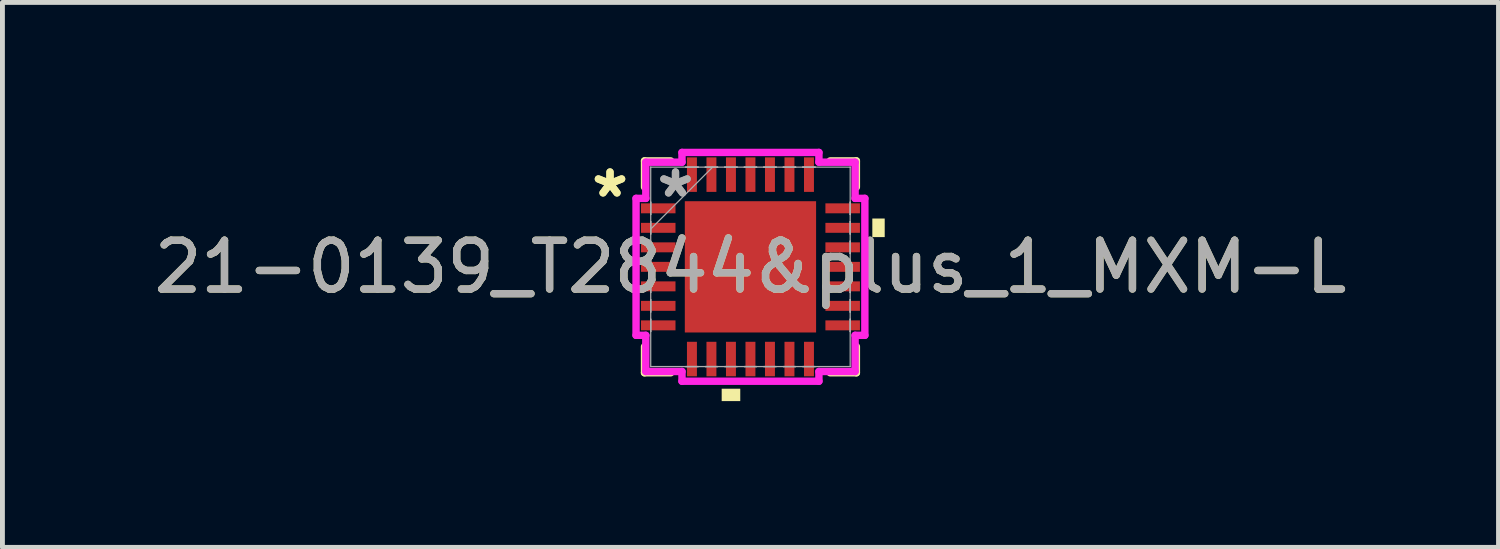
<source format=kicad_pcb>
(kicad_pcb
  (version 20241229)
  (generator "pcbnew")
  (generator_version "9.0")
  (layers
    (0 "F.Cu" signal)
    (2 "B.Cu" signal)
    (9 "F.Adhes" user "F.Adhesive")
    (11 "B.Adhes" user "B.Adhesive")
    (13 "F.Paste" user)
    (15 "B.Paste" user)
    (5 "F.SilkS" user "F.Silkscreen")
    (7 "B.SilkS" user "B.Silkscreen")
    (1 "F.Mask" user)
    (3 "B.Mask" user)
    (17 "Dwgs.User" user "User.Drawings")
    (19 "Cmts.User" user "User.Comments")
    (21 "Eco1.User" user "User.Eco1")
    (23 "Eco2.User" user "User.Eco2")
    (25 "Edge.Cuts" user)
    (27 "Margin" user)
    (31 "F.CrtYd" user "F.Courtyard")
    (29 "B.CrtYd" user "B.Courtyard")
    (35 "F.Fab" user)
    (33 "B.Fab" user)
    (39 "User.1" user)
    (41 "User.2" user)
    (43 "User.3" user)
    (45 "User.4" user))
  (footprint "21-0139_T2844&plus_1_MXM-L"
    (layer "F.Cu")
    (at 12.339 2.422)
    (property "Reference" "21-0139_T2844&plus_1_MXM-L" (at 0 0 0) (unlocked yes) (layer "F.SilkS") (effects (font (size 1 1) (thickness 0.15))))
    (attr smd)
    (fp_line (start -2.172 -2.172) (end -2.172 -1.635) (stroke (width 0.152) (type solid)) (layer "F.SilkS"))
    (fp_line (start -2.172 1.635) (end -2.172 2.172) (stroke (width 0.152) (type solid)) (layer "F.SilkS"))
    (fp_line (start -2.172 2.172) (end -1.635 2.172) (stroke (width 0.152) (type solid)) (layer "F.SilkS"))
    (fp_line (start -1.635 -2.172) (end -2.172 -2.172) (stroke (width 0.152) (type solid)) (layer "F.SilkS"))
    (fp_line (start 1.635 2.172) (end 2.172 2.172) (stroke (width 0.152) (type solid)) (layer "F.SilkS"))
    (fp_line (start 2.172 -2.172) (end 1.635 -2.172) (stroke (width 0.152) (type solid)) (layer "F.SilkS"))
    (fp_line (start 2.172 -1.635) (end 2.172 -2.172) (stroke (width 0.152) (type solid)) (layer "F.SilkS"))
    (fp_line (start 2.172 2.172) (end 2.172 1.635) (stroke (width 0.152) (type solid)) (layer "F.SilkS"))
    (fp_poly (pts (xy -0.59 2.499) (xy -0.59 2.753) (xy -0.209 2.753) (xy -0.209 2.499)) (stroke (width 0) (type solid)) (fill yes) (layer "F.SilkS"))
    (fp_poly (pts (xy 2.753 -0.991) (xy 2.753 -0.61) (xy 2.499 -0.61) (xy 2.499 -0.991)) (stroke (width 0) (type solid)) (fill yes) (layer "F.SilkS"))
    (fp_poly (pts (xy -1.246 -1.246) (xy -1.246 -0.1) (xy -0.1 -0.1) (xy -0.1 -1.246)) (stroke (width 0) (type solid)) (fill yes) (layer "F.Paste"))
    (fp_poly (pts (xy -1.246 0.1) (xy -1.246 1.246) (xy -0.1 1.246) (xy -0.1 0.1)) (stroke (width 0) (type solid)) (fill yes) (layer "F.Paste"))
    (fp_poly (pts (xy 0.1 -1.246) (xy 0.1 -0.1) (xy 1.246 -0.1) (xy 1.246 -1.246)) (stroke (width 0) (type solid)) (fill yes) (layer "F.Paste"))
    (fp_poly (pts (xy 0.1 0.1) (xy 0.1 1.246) (xy 1.246 1.246) (xy 1.246 0.1)) (stroke (width 0) (type solid)) (fill yes) (layer "F.Paste"))
    (fp_line (start -2.346 -1.404) (end -2.146 -1.404) (stroke (width 0.152) (type solid)) (layer "F.CrtYd"))
    (fp_line (start -2.346 1.404) (end -2.346 -1.404) (stroke (width 0.152) (type solid)) (layer "F.CrtYd"))
    (fp_line (start -2.146 -2.146) (end -1.404 -2.146) (stroke (width 0.152) (type solid)) (layer "F.CrtYd"))
    (fp_line (start -2.146 -1.404) (end -2.146 -2.146) (stroke (width 0.152) (type solid)) (layer "F.CrtYd"))
    (fp_line (start -2.146 1.404) (end -2.346 1.404) (stroke (width 0.152) (type solid)) (layer "F.CrtYd"))
    (fp_line (start -2.146 2.146) (end -2.146 1.404) (stroke (width 0.152) (type solid)) (layer "F.CrtYd"))
    (fp_line (start -1.404 -2.346) (end 1.404 -2.346) (stroke (width 0.152) (type solid)) (layer "F.CrtYd"))
    (fp_line (start -1.404 -2.146) (end -1.404 -2.346) (stroke (width 0.152) (type solid)) (layer "F.CrtYd"))
    (fp_line (start -1.404 2.146) (end -2.146 2.146) (stroke (width 0.152) (type solid)) (layer "F.CrtYd"))
    (fp_line (start -1.404 2.346) (end -1.404 2.146) (stroke (width 0.152) (type solid)) (layer "F.CrtYd"))
    (fp_line (start 1.404 -2.346) (end 1.404 -2.146) (stroke (width 0.152) (type solid)) (layer "F.CrtYd"))
    (fp_line (start 1.404 -2.146) (end 2.146 -2.146) (stroke (width 0.152) (type solid)) (layer "F.CrtYd"))
    (fp_line (start 1.404 2.146) (end 1.404 2.346) (stroke (width 0.152) (type solid)) (layer "F.CrtYd"))
    (fp_line (start 1.404 2.346) (end -1.404 2.346) (stroke (width 0.152) (type solid)) (layer "F.CrtYd"))
    (fp_line (start 2.146 -2.146) (end 2.146 -1.404) (stroke (width 0.152) (type solid)) (layer "F.CrtYd"))
    (fp_line (start 2.146 -1.404) (end 2.346 -1.404) (stroke (width 0.152) (type solid)) (layer "F.CrtYd"))
    (fp_line (start 2.146 1.404) (end 2.146 2.146) (stroke (width 0.152) (type solid)) (layer "F.CrtYd"))
    (fp_line (start 2.146 2.146) (end 1.404 2.146) (stroke (width 0.152) (type solid)) (layer "F.CrtYd"))
    (fp_line (start 2.346 -1.404) (end 2.346 1.404) (stroke (width 0.152) (type solid)) (layer "F.CrtYd"))
    (fp_line (start 2.346 1.404) (end 2.146 1.404) (stroke (width 0.152) (type solid)) (layer "F.CrtYd"))
    (fp_line (start -2.045 -2.045) (end -2.045 -2.045) (stroke (width 0.025) (type solid)) (layer "F.Fab"))
    (fp_line (start -2.045 -2.045) (end -2.045 2.045) (stroke (width 0.025) (type solid)) (layer "F.Fab"))
    (fp_line (start -2.045 -1.327) (end -2.045 -1.327) (stroke (width 0.025) (type solid)) (layer "F.Fab"))
    (fp_line (start -2.045 -1.327) (end -2.045 -1.073) (stroke (width 0.025) (type solid)) (layer "F.Fab"))
    (fp_line (start -2.045 -1.073) (end -2.045 -1.327) (stroke (width 0.025) (type solid)) (layer "F.Fab"))
    (fp_line (start -2.045 -1.073) (end -2.045 -1.073) (stroke (width 0.025) (type solid)) (layer "F.Fab"))
    (fp_line (start -2.045 -0.927) (end -2.045 -0.927) (stroke (width 0.025) (type solid)) (layer "F.Fab"))
    (fp_line (start -2.045 -0.927) (end -2.045 -0.673) (stroke (width 0.025) (type solid)) (layer "F.Fab"))
    (fp_line (start -2.045 -0.775) (end -0.775 -2.045) (stroke (width 0.025) (type solid)) (layer "F.Fab"))
    (fp_line (start -2.045 -0.673) (end -2.045 -0.927) (stroke (width 0.025) (type solid)) (layer "F.Fab"))
    (fp_line (start -2.045 -0.673) (end -2.045 -0.673) (stroke (width 0.025) (type solid)) (layer "F.Fab"))
    (fp_line (start -2.045 -0.527) (end -2.045 -0.527) (stroke (width 0.025) (type solid)) (layer "F.Fab"))
    (fp_line (start -2.045 -0.527) (end -2.045 -0.273) (stroke (width 0.025) (type solid)) (layer "F.Fab"))
    (fp_line (start -2.045 -0.273) (end -2.045 -0.527) (stroke (width 0.025) (type solid)) (layer "F.Fab"))
    (fp_line (start -2.045 -0.273) (end -2.045 -0.273) (stroke (width 0.025) (type solid)) (layer "F.Fab"))
    (fp_line (start -2.045 -0.127) (end -2.045 -0.127) (stroke (width 0.025) (type solid)) (layer "F.Fab"))
    (fp_line (start -2.045 -0.127) (end -2.045 0.127) (stroke (width 0.025) (type solid)) (layer "F.Fab"))
    (fp_line (start -2.045 0.127) (end -2.045 -0.127) (stroke (width 0.025) (type solid)) (layer "F.Fab"))
    (fp_line (start -2.045 0.127) (end -2.045 0.127) (stroke (width 0.025) (type solid)) (layer "F.Fab"))
    (fp_line (start -2.045 0.273) (end -2.045 0.273) (stroke (width 0.025) (type solid)) (layer "F.Fab"))
    (fp_line (start -2.045 0.273) (end -2.045 0.527) (stroke (width 0.025) (type solid)) (layer "F.Fab"))
    (fp_line (start -2.045 0.527) (end -2.045 0.273) (stroke (width 0.025) (type solid)) (layer "F.Fab"))
    (fp_line (start -2.045 0.527) (end -2.045 0.527) (stroke (width 0.025) (type solid)) (layer "F.Fab"))
    (fp_line (start -2.045 0.673) (end -2.045 0.673) (stroke (width 0.025) (type solid)) (layer "F.Fab"))
    (fp_line (start -2.045 0.673) (end -2.045 0.927) (stroke (width 0.025) (type solid)) (layer "F.Fab"))
    (fp_line (start -2.045 0.927) (end -2.045 0.673) (stroke (width 0.025) (type solid)) (layer "F.Fab"))
    (fp_line (start -2.045 0.927) (end -2.045 0.927) (stroke (width 0.025) (type solid)) (layer "F.Fab"))
    (fp_line (start -2.045 1.073) (end -2.045 1.073) (stroke (width 0.025) (type solid)) (layer "F.Fab"))
    (fp_line (start -2.045 1.073) (end -2.045 1.327) (stroke (width 0.025) (type solid)) (layer "F.Fab"))
    (fp_line (start -2.045 1.327) (end -2.045 1.073) (stroke (width 0.025) (type solid)) (layer "F.Fab"))
    (fp_line (start -2.045 1.327) (end -2.045 1.327) (stroke (width 0.025) (type solid)) (layer "F.Fab"))
    (fp_line (start -2.045 2.045) (end -2.045 2.045) (stroke (width 0.025) (type solid)) (layer "F.Fab"))
    (fp_line (start -2.045 2.045) (end 2.045 2.045) (stroke (width 0.025) (type solid)) (layer "F.Fab"))
    (fp_line (start -1.327 -2.045) (end -1.327 -2.045) (stroke (width 0.025) (type solid)) (layer "F.Fab"))
    (fp_line (start -1.327 -2.045) (end -1.073 -2.045) (stroke (width 0.025) (type solid)) (layer "F.Fab"))
    (fp_line (start -1.327 2.045) (end -1.327 2.045) (stroke (width 0.025) (type solid)) (layer "F.Fab"))
    (fp_line (start -1.327 2.045) (end -1.073 2.045) (stroke (width 0.025) (type solid)) (layer "F.Fab"))
    (fp_line (start -1.073 -2.045) (end -1.327 -2.045) (stroke (width 0.025) (type solid)) (layer "F.Fab"))
    (fp_line (start -1.073 -2.045) (end -1.073 -2.045) (stroke (width 0.025) (type solid)) (layer "F.Fab"))
    (fp_line (start -1.073 2.045) (end -1.327 2.045) (stroke (width 0.025) (type solid)) (layer "F.Fab"))
    (fp_line (start -1.073 2.045) (end -1.073 2.045) (stroke (width 0.025) (type solid)) (layer "F.Fab"))
    (fp_line (start -0.927 -2.045) (end -0.927 -2.045) (stroke (width 0.025) (type solid)) (layer "F.Fab"))
    (fp_line (start -0.927 -2.045) (end -0.673 -2.045) (stroke (width 0.025) (type solid)) (layer "F.Fab"))
    (fp_line (start -0.927 2.045) (end -0.927 2.045) (stroke (width 0.025) (type solid)) (layer "F.Fab"))
    (fp_line (start -0.927 2.045) (end -0.673 2.045) (stroke (width 0.025) (type solid)) (layer "F.Fab"))
    (fp_line (start -0.673 -2.045) (end -0.927 -2.045) (stroke (width 0.025) (type solid)) (layer "F.Fab"))
    (fp_line (start -0.673 -2.045) (end -0.673 -2.045) (stroke (width 0.025) (type solid)) (layer "F.Fab"))
    (fp_line (start -0.673 2.045) (end -0.927 2.045) (stroke (width 0.025) (type solid)) (layer "F.Fab"))
    (fp_line (start -0.673 2.045) (end -0.673 2.045) (stroke (width 0.025) (type solid)) (layer "F.Fab"))
    (fp_line (start -0.527 -2.045) (end -0.527 -2.045) (stroke (width 0.025) (type solid)) (layer "F.Fab"))
    (fp_line (start -0.527 -2.045) (end -0.273 -2.045) (stroke (width 0.025) (type solid)) (layer "F.Fab"))
    (fp_line (start -0.527 2.045) (end -0.527 2.045) (stroke (width 0.025) (type solid)) (layer "F.Fab"))
    (fp_line (start -0.527 2.045) (end -0.273 2.045) (stroke (width 0.025) (type solid)) (layer "F.Fab"))
    (fp_line (start -0.273 -2.045) (end -0.527 -2.045) (stroke (width 0.025) (type solid)) (layer "F.Fab"))
    (fp_line (start -0.273 -2.045) (end -0.273 -2.045) (stroke (width 0.025) (type solid)) (layer "F.Fab"))
    (fp_line (start -0.273 2.045) (end -0.527 2.045) (stroke (width 0.025) (type solid)) (layer "F.Fab"))
    (fp_line (start -0.273 2.045) (end -0.273 2.045) (stroke (width 0.025) (type solid)) (layer "F.Fab"))
    (fp_line (start -0.127 -2.045) (end -0.127 -2.045) (stroke (width 0.025) (type solid)) (layer "F.Fab"))
    (fp_line (start -0.127 -2.045) (end 0.127 -2.045) (stroke (width 0.025) (type solid)) (layer "F.Fab"))
    (fp_line (start -0.127 2.045) (end -0.127 2.045) (stroke (width 0.025) (type solid)) (layer "F.Fab"))
    (fp_line (start -0.127 2.045) (end 0.127 2.045) (stroke (width 0.025) (type solid)) (layer "F.Fab"))
    (fp_line (start 0.127 -2.045) (end -0.127 -2.045) (stroke (width 0.025) (type solid)) (layer "F.Fab"))
    (fp_line (start 0.127 -2.045) (end 0.127 -2.045) (stroke (width 0.025) (type solid)) (layer "F.Fab"))
    (fp_line (start 0.127 2.045) (end -0.127 2.045) (stroke (width 0.025) (type solid)) (layer "F.Fab"))
    (fp_line (start 0.127 2.045) (end 0.127 2.045) (stroke (width 0.025) (type solid)) (layer "F.Fab"))
    (fp_line (start 0.273 -2.045) (end 0.273 -2.045) (stroke (width 0.025) (type solid)) (layer "F.Fab"))
    (fp_line (start 0.273 -2.045) (end 0.527 -2.045) (stroke (width 0.025) (type solid)) (layer "F.Fab"))
    (fp_line (start 0.273 2.045) (end 0.273 2.045) (stroke (width 0.025) (type solid)) (layer "F.Fab"))
    (fp_line (start 0.273 2.045) (end 0.527 2.045) (stroke (width 0.025) (type solid)) (layer "F.Fab"))
    (fp_line (start 0.527 -2.045) (end 0.273 -2.045) (stroke (width 0.025) (type solid)) (layer "F.Fab"))
    (fp_line (start 0.527 -2.045) (end 0.527 -2.045) (stroke (width 0.025) (type solid)) (layer "F.Fab"))
    (fp_line (start 0.527 2.045) (end 0.273 2.045) (stroke (width 0.025) (type solid)) (layer "F.Fab"))
    (fp_line (start 0.527 2.045) (end 0.527 2.045) (stroke (width 0.025) (type solid)) (layer "F.Fab"))
    (fp_line (start 0.673 -2.045) (end 0.673 -2.045) (stroke (width 0.025) (type solid)) (layer "F.Fab"))
    (fp_line (start 0.673 -2.045) (end 0.927 -2.045) (stroke (width 0.025) (type solid)) (layer "F.Fab"))
    (fp_line (start 0.673 2.045) (end 0.673 2.045) (stroke (width 0.025) (type solid)) (layer "F.Fab"))
    (fp_line (start 0.673 2.045) (end 0.927 2.045) (stroke (width 0.025) (type solid)) (layer "F.Fab"))
    (fp_line (start 0.927 -2.045) (end 0.673 -2.045) (stroke (width 0.025) (type solid)) (layer "F.Fab"))
    (fp_line (start 0.927 -2.045) (end 0.927 -2.045) (stroke (width 0.025) (type solid)) (layer "F.Fab"))
    (fp_line (start 0.927 2.045) (end 0.673 2.045) (stroke (width 0.025) (type solid)) (layer "F.Fab"))
    (fp_line (start 0.927 2.045) (end 0.927 2.045) (stroke (width 0.025) (type solid)) (layer "F.Fab"))
    (fp_line (start 1.073 -2.045) (end 1.073 -2.045) (stroke (width 0.025) (type solid)) (layer "F.Fab"))
    (fp_line (start 1.073 -2.045) (end 1.327 -2.045) (stroke (width 0.025) (type solid)) (layer "F.Fab"))
    (fp_line (start 1.073 2.045) (end 1.073 2.045) (stroke (width 0.025) (type solid)) (layer "F.Fab"))
    (fp_line (start 1.073 2.045) (end 1.327 2.045) (stroke (width 0.025) (type solid)) (layer "F.Fab"))
    (fp_line (start 1.327 -2.045) (end 1.073 -2.045) (stroke (width 0.025) (type solid)) (layer "F.Fab"))
    (fp_line (start 1.327 -2.045) (end 1.327 -2.045) (stroke (width 0.025) (type solid)) (layer "F.Fab"))
    (fp_line (start 1.327 2.045) (end 1.073 2.045) (stroke (width 0.025) (type solid)) (layer "F.Fab"))
    (fp_line (start 1.327 2.045) (end 1.327 2.045) (stroke (width 0.025) (type solid)) (layer "F.Fab"))
    (fp_line (start 2.045 -2.045) (end -2.045 -2.045) (stroke (width 0.025) (type solid)) (layer "F.Fab"))
    (fp_line (start 2.045 -2.045) (end 2.045 -2.045) (stroke (width 0.025) (type solid)) (layer "F.Fab"))
    (fp_line (start 2.045 -1.327) (end 2.045 -1.327) (stroke (width 0.025) (type solid)) (layer "F.Fab"))
    (fp_line (start 2.045 -1.327) (end 2.045 -1.073) (stroke (width 0.025) (type solid)) (layer "F.Fab"))
    (fp_line (start 2.045 -1.073) (end 2.045 -1.327) (stroke (width 0.025) (type solid)) (layer "F.Fab"))
    (fp_line (start 2.045 -1.073) (end 2.045 -1.073) (stroke (width 0.025) (type solid)) (layer "F.Fab"))
    (fp_line (start 2.045 -0.927) (end 2.045 -0.927) (stroke (width 0.025) (type solid)) (layer "F.Fab"))
    (fp_line (start 2.045 -0.927) (end 2.045 -0.673) (stroke (width 0.025) (type solid)) (layer "F.Fab"))
    (fp_line (start 2.045 -0.673) (end 2.045 -0.927) (stroke (width 0.025) (type solid)) (layer "F.Fab"))
    (fp_line (start 2.045 -0.673) (end 2.045 -0.673) (stroke (width 0.025) (type solid)) (layer "F.Fab"))
    (fp_line (start 2.045 -0.527) (end 2.045 -0.527) (stroke (width 0.025) (type solid)) (layer "F.Fab"))
    (fp_line (start 2.045 -0.527) (end 2.045 -0.273) (stroke (width 0.025) (type solid)) (layer "F.Fab"))
    (fp_line (start 2.045 -0.273) (end 2.045 -0.527) (stroke (width 0.025) (type solid)) (layer "F.Fab"))
    (fp_line (start 2.045 -0.273) (end 2.045 -0.273) (stroke (width 0.025) (type solid)) (layer "F.Fab"))
    (fp_line (start 2.045 -0.127) (end 2.045 -0.127) (stroke (width 0.025) (type solid)) (layer "F.Fab"))
    (fp_line (start 2.045 -0.127) (end 2.045 0.127) (stroke (width 0.025) (type solid)) (layer "F.Fab"))
    (fp_line (start 2.045 0.127) (end 2.045 -0.127) (stroke (width 0.025) (type solid)) (layer "F.Fab"))
    (fp_line (start 2.045 0.127) (end 2.045 0.127) (stroke (width 0.025) (type solid)) (layer "F.Fab"))
    (fp_line (start 2.045 0.273) (end 2.045 0.273) (stroke (width 0.025) (type solid)) (layer "F.Fab"))
    (fp_line (start 2.045 0.273) (end 2.045 0.527) (stroke (width 0.025) (type solid)) (layer "F.Fab"))
    (fp_line (start 2.045 0.527) (end 2.045 0.273) (stroke (width 0.025) (type solid)) (layer "F.Fab"))
    (fp_line (start 2.045 0.527) (end 2.045 0.527) (stroke (width 0.025) (type solid)) (layer "F.Fab"))
    (fp_line (start 2.045 0.673) (end 2.045 0.673) (stroke (width 0.025) (type solid)) (layer "F.Fab"))
    (fp_line (start 2.045 0.673) (end 2.045 0.927) (stroke (width 0.025) (type solid)) (layer "F.Fab"))
    (fp_line (start 2.045 0.927) (end 2.045 0.673) (stroke (width 0.025) (type solid)) (layer "F.Fab"))
    (fp_line (start 2.045 0.927) (end 2.045 0.927) (stroke (width 0.025) (type solid)) (layer "F.Fab"))
    (fp_line (start 2.045 1.073) (end 2.045 1.073) (stroke (width 0.025) (type solid)) (layer "F.Fab"))
    (fp_line (start 2.045 1.073) (end 2.045 1.327) (stroke (width 0.025) (type solid)) (layer "F.Fab"))
    (fp_line (start 2.045 1.327) (end 2.045 1.073) (stroke (width 0.025) (type solid)) (layer "F.Fab"))
    (fp_line (start 2.045 1.327) (end 2.045 1.327) (stroke (width 0.025) (type solid)) (layer "F.Fab"))
    (fp_line (start 2.045 2.045) (end 2.045 -2.045) (stroke (width 0.025) (type solid)) (layer "F.Fab"))
    (fp_line (start 2.045 2.045) (end 2.045 2.045) (stroke (width 0.025) (type solid)) (layer "F.Fab"))
    (fp_text user "*" (at -2.88 -1.4 0) (unlocked yes) (layer "F.SilkS") (effects (font (size 1 1) (thickness 0.15))))
    (fp_text user "*" (at -2.88 -1.4 0) (layer "F.SilkS") (effects (font (size 1 1) (thickness 0.15))))
    (fp_text user "*" (at -1.537 -1.4 0) (unlocked yes) (layer "F.Fab") (effects (font (size 1 1) (thickness 0.15))))
    (fp_text user "*" (at -1.537 -1.4 0) (layer "F.Fab") (effects (font (size 1 1) (thickness 0.15))))
    (fp_text user "${REFERENCE}" (at 0 0 0) (unlocked yes) (layer "F.Fab") (effects (font (size 1 1) (thickness 0.15))))
    (pad "1" smd rect (at -1.891 -1.2 90) (size 0.204 0.708) (layers "F.Cu" "F.Mask" "F.Paste"))
    (pad "2" smd rect (at -1.891 -0.8 90) (size 0.204 0.708) (layers "F.Cu" "F.Mask" "F.Paste"))
    (pad "3" smd rect (at -1.891 -0.4 90) (size 0.204 0.708) (layers "F.Cu" "F.Mask" "F.Paste"))
    (pad "4" smd rect (at -1.891 0 90) (size 0.204 0.708) (layers "F.Cu" "F.Mask" "F.Paste"))
    (pad "5" smd rect (at -1.891 0.4 90) (size 0.204 0.708) (layers "F.Cu" "F.Mask" "F.Paste"))
    (pad "6" smd rect (at -1.891 0.8 90) (size 0.204 0.708) (layers "F.Cu" "F.Mask" "F.Paste"))
    (pad "7" smd rect (at -1.891 1.2 90) (size 0.204 0.708) (layers "F.Cu" "F.Mask" "F.Paste"))
    (pad "8" smd rect (at -1.2 1.891) (size 0.204 0.708) (layers "F.Cu" "F.Mask" "F.Paste"))
    (pad "9" smd rect (at -0.8 1.891) (size 0.204 0.708) (layers "F.Cu" "F.Mask" "F.Paste"))
    (pad "10" smd rect (at -0.4 1.891) (size 0.204 0.708) (layers "F.Cu" "F.Mask" "F.Paste"))
    (pad "11" smd rect (at 0 1.891) (size 0.204 0.708) (layers "F.Cu" "F.Mask" "F.Paste"))
    (pad "12" smd rect (at 0.4 1.891) (size 0.204 0.708) (layers "F.Cu" "F.Mask" "F.Paste"))
    (pad "13" smd rect (at 0.8 1.891) (size 0.204 0.708) (layers "F.Cu" "F.Mask" "F.Paste"))
    (pad "14" smd rect (at 1.2 1.891) (size 0.204 0.708) (layers "F.Cu" "F.Mask" "F.Paste"))
    (pad "15" smd rect (at 1.891 1.2 90) (size 0.204 0.708) (layers "F.Cu" "F.Mask" "F.Paste"))
    (pad "16" smd rect (at 1.891 0.8 90) (size 0.204 0.708) (layers "F.Cu" "F.Mask" "F.Paste"))
    (pad "17" smd rect (at 1.891 0.4 90) (size 0.204 0.708) (layers "F.Cu" "F.Mask" "F.Paste"))
    (pad "18" smd rect (at 1.891 0 90) (size 0.204 0.708) (layers "F.Cu" "F.Mask" "F.Paste"))
    (pad "19" smd rect (at 1.891 -0.4 90) (size 0.204 0.708) (layers "F.Cu" "F.Mask" "F.Paste"))
    (pad "20" smd rect (at 1.891 -0.8 90) (size 0.204 0.708) (layers "F.Cu" "F.Mask" "F.Paste"))
    (pad "21" smd rect (at 1.891 -1.2 90) (size 0.204 0.708) (layers "F.Cu" "F.Mask" "F.Paste"))
    (pad "22" smd rect (at 1.2 -1.891) (size 0.204 0.708) (layers "F.Cu" "F.Mask" "F.Paste"))
    (pad "23" smd rect (at 0.8 -1.891) (size 0.204 0.708) (layers "F.Cu" "F.Mask" "F.Paste"))
    (pad "24" smd rect (at 0.4 -1.891) (size 0.204 0.708) (layers "F.Cu" "F.Mask" "F.Paste"))
    (pad "25" smd rect (at 0 -1.891) (size 0.204 0.708) (layers "F.Cu" "F.Mask" "F.Paste"))
    (pad "26" smd rect (at -0.4 -1.891) (size 0.204 0.708) (layers "F.Cu" "F.Mask" "F.Paste"))
    (pad "27" smd rect (at -0.8 -1.891) (size 0.204 0.708) (layers "F.Cu" "F.Mask" "F.Paste"))
    (pad "28" smd rect (at -1.2 -1.891) (size 0.204 0.708) (layers "F.Cu" "F.Mask" "F.Paste"))
    (pad "29" smd rect (at 0 0) (size 2.692 2.692) (layers "F.Cu" "F.Mask")))
  (gr_rect
    (start -3 -3)
    (end 27.679 8.175)
    (stroke (width 0.1) (type default))
    (fill no)
    (layer "Edge.Cuts")))
</source>
